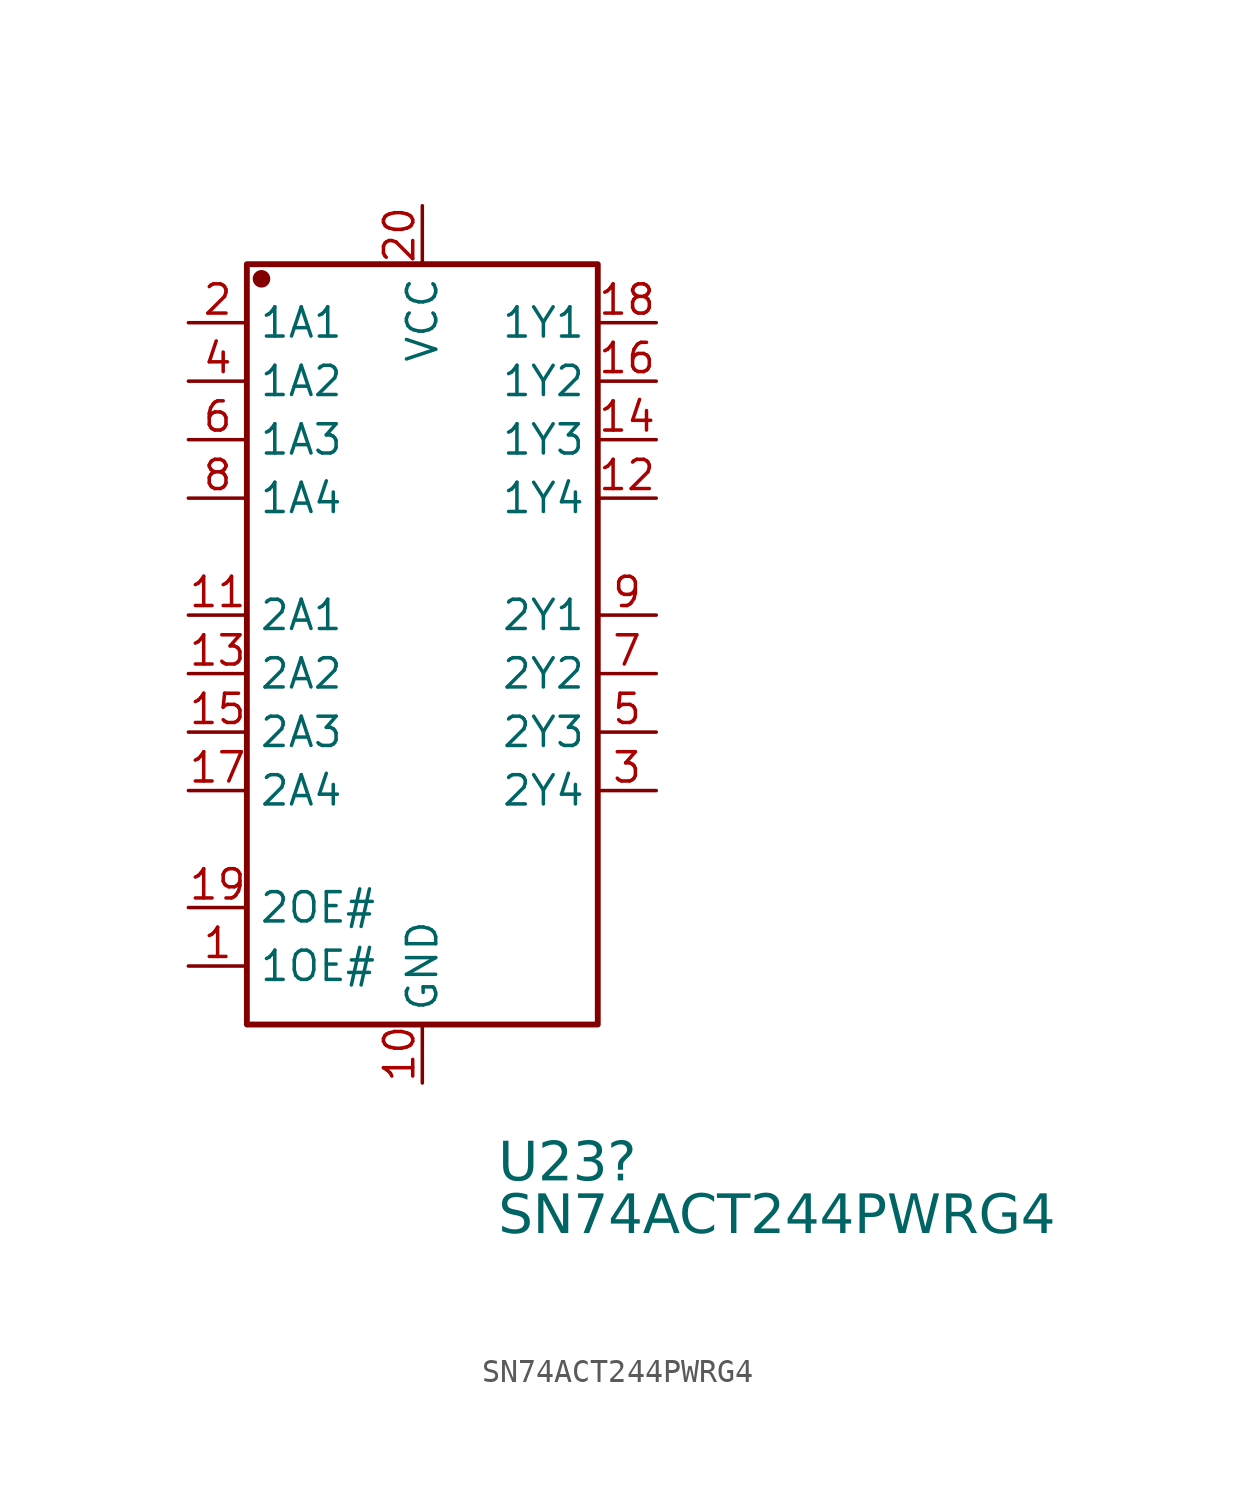
<source format=kicad_sym>
(kicad_symbol_lib
  (version 20241209)
  (generator "kicad_symbol_editor")
  (generator_version "9.0")
  (symbol "SN74ACT244PWRG4"
    (property "Reference" "U23"
      (at 3.302 -24.13 0)
      (effects (font (face "Arial") (size 1.689 1.689)) (justify left top)))
    (property "Value" "SN74ACT244PWRG4"
      (at 3.302 -26.416 0)
      (effects (font (face "Arial") (size 1.689 1.689)) (justify left top)))
    (symbol "SN74ACT244PWRG4_0_0"
      (rectangle (start -7.62 13.97) (end 7.62 -19.05) (stroke (width 0.254) (type solid)) (fill (type none)))
      (circle (center -6.985 13.335) (radius 0.254) (stroke (width 0.254) (type solid)) (fill (type outline)))
      (pin input line (at -10.16 11.43 0) (length 2.54) (name "1A1" (effects (font (size 1.27 1.27)))) (number "2" (effects (font (size 1.27 1.27)))))
      (pin input line (at -10.16 8.89 0) (length 2.54) (name "1A2" (effects (font (size 1.27 1.27)))) (number "4" (effects (font (size 1.27 1.27)))))
      (pin input line (at -10.16 6.35 0) (length 2.54) (name "1A3" (effects (font (size 1.27 1.27)))) (number "6" (effects (font (size 1.27 1.27)))))
      (pin input line (at -10.16 3.81 0) (length 2.54) (name "1A4" (effects (font (size 1.27 1.27)))) (number "8" (effects (font (size 1.27 1.27)))))
      (pin input line (at -10.16 -1.27 0) (length 2.54) (name "2A1" (effects (font (size 1.27 1.27)))) (number "11" (effects (font (size 1.27 1.27)))))
      (pin input line (at -10.16 -6.35 0) (length 2.54) (name "2A3" (effects (font (size 1.27 1.27)))) (number "15" (effects (font (size 1.27 1.27)))))
      (pin input line (at -10.16 -8.89 0) (length 2.54) (name "2A4" (effects (font (size 1.27 1.27)))) (number "17" (effects (font (size 1.27 1.27)))))
      (pin input line (at -10.16 -13.97 0) (length 2.54) (name "2OE#" (effects (font (size 1.27 1.27)))) (number "19" (effects (font (size 1.27 1.27)))))
      (pin input line (at -10.16 -16.51 0) (length 2.54) (name "1OE#" (effects (font (size 1.27 1.27)))) (number "1" (effects (font (size 1.27 1.27)))))
      (pin power_in line (at 0 16.51 270) (length 2.54) (name "VCC" (effects (font (size 1.27 1.27)))) (number "20" (effects (font (size 1.27 1.27)))))
      (pin power_in line (at 0 -21.59 90) (length 2.54) (name "GND" (effects (font (size 1.27 1.27)))) (number "10" (effects (font (size 1.27 1.27)))))
      (pin output line (at 10.16 11.43 180) (length 2.54) (name "1Y1" (effects (font (size 1.27 1.27)))) (number "18" (effects (font (size 1.27 1.27)))))
      (pin output line (at 10.16 8.89 180) (length 2.54) (name "1Y2" (effects (font (size 1.27 1.27)))) (number "16" (effects (font (size 1.27 1.27)))))
      (pin output line (at 10.16 6.35 180) (length 2.54) (name "1Y3" (effects (font (size 1.27 1.27)))) (number "14" (effects (font (size 1.27 1.27)))))
      (pin output line (at 10.16 3.81 180) (length 2.54) (name "1Y4" (effects (font (size 1.27 1.27)))) (number "12" (effects (font (size 1.27 1.27)))))
      (pin output line (at 10.16 -1.27 180) (length 2.54) (name "2Y1" (effects (font (size 1.27 1.27)))) (number "9" (effects (font (size 1.27 1.27)))))
      (pin output line (at 10.16 -3.81 180) (length 2.54) (name "2Y2" (effects (font (size 1.27 1.27)))) (number "7" (effects (font (size 1.27 1.27)))))
      (pin output line (at 10.16 -6.35 180) (length 2.54) (name "2Y3" (effects (font (size 1.27 1.27)))) (number "5" (effects (font (size 1.27 1.27)))))
      (pin output line (at 10.16 -8.89 180) (length 2.54) (name "2Y4" (effects (font (size 1.27 1.27)))) (number "3" (effects (font (size 1.27 1.27))))))
    (symbol "SN74ACT244PWRG4_1_0"
      (pin input line (at -10.16 -3.81 0) (length 2.54) (name "2A2" (effects (font (size 1.27 1.27)))) (number "13" (effects (font (size 1.27 1.27))))))))
</source>
